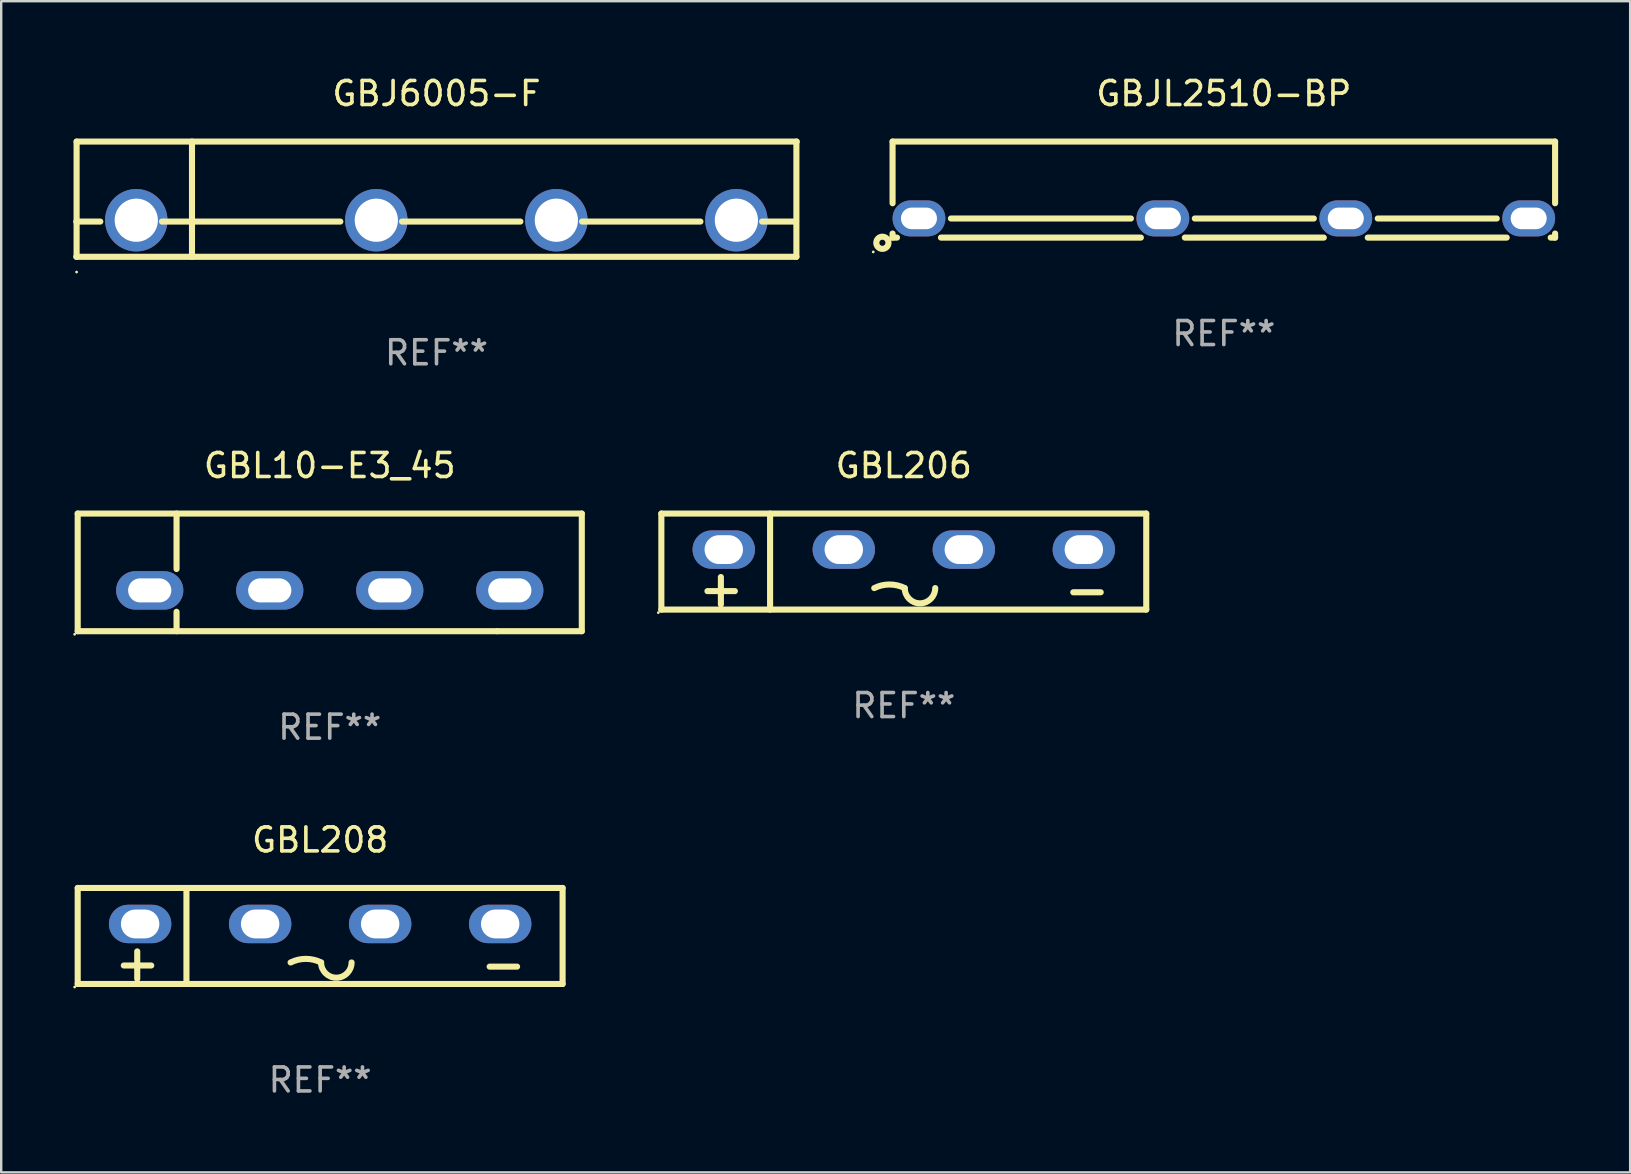
<source format=kicad_pcb>
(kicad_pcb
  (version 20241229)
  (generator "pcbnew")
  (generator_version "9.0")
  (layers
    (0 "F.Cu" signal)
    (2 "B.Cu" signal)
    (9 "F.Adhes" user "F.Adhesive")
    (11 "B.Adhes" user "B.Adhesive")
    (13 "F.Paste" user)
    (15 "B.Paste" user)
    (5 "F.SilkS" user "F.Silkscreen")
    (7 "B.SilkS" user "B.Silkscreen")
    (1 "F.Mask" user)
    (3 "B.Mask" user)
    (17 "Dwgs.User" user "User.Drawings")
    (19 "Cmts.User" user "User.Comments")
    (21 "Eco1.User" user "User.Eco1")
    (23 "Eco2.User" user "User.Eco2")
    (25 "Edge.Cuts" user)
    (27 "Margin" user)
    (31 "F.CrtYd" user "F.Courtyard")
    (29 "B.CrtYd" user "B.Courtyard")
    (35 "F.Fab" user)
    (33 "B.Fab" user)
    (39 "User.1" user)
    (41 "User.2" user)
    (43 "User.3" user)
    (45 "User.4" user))
  (footprint "GBJ6005-F"
    (layer "F.Cu")
    (at 15.134 5.248)
    (property "Reference" "GBJ6005-F" (at 0 -4.4 0) (layer "F.SilkS") (effects (font (size 1 1) (thickness 0.15))))
    (attr through_hole)
    (fp_line (start -15.007 0.932) (end -14.006 0.932) (stroke (width 0.254) (type solid)) (layer "F.SilkS"))
    (fp_line (start -15.007 2.4) (end 14.993 2.4) (stroke (width 0.254) (type solid)) (layer "F.SilkS"))
    (fp_line (start -14.993 -2.4) (end -14.993 2.4) (stroke (width 0.254) (type solid)) (layer "F.SilkS"))
    (fp_line (start -14.993 -2.4) (end 15.007 -2.4) (stroke (width 0.254) (type solid)) (layer "F.SilkS"))
    (fp_line (start -11.436 0.932) (end -4.006 0.932) (stroke (width 0.254) (type solid)) (layer "F.SilkS"))
    (fp_line (start -10.186 -2.4) (end -10.186 2.4) (stroke (width 0.254) (type solid)) (layer "F.SilkS"))
    (fp_line (start -1.436 0.932) (end 3.494 0.932) (stroke (width 0.254) (type solid)) (layer "F.SilkS"))
    (fp_line (start 6.064 0.932) (end 10.994 0.932) (stroke (width 0.254) (type solid)) (layer "F.SilkS"))
    (fp_line (start 13.564 0.932) (end 14.979 0.932) (stroke (width 0.254) (type solid)) (layer "F.SilkS"))
    (fp_line (start 14.993 -2.4) (end 14.993 2.4) (stroke (width 0.254) (type solid)) (layer "F.SilkS"))
    (fp_circle (center -14.993 3.035) (end -14.963 3.035) (stroke (width 0.06) (type solid)) (fill no) (layer "F.SilkS"))
    (fp_text user "-" (at 11.169 -0.648 0) (layer "B.Mask") (effects (font (size 1 1) (thickness 0.15))))
    (fp_text user "&#126;" (at 3.931 -0.574 0) (layer "B.Mask") (effects (font (size 1 1) (thickness 0.15))))
    (fp_text user "&#126;" (at -3.308 -0.701 0) (layer "B.Mask") (effects (font (size 1 1) (thickness 0.15))))
    (fp_text user "+" (at -13.468 -0.656 0) (layer "B.Mask") (effects (font (size 1 1) (thickness 0.15))))
    (fp_text user "REF**" (at 0 6.4 0) (layer "F.Fab") (effects (font (size 1 1) (thickness 0.15))))
    (pad "1" thru_hole circle (at -12.507 0.876) (size 2.6 2.6) (drill 1.8) (layers "*.Cu" "*.Mask"))
    (pad "2" thru_hole circle (at -2.507 0.876) (size 2.6 2.6) (drill 1.8) (layers "*.Cu" "*.Mask"))
    (pad "3" thru_hole circle (at 4.993 0.876) (size 2.6 2.6) (drill 1.8) (layers "*.Cu" "*.Mask"))
    (pad "4" thru_hole circle (at 12.493 0.876) (size 2.6 2.6) (drill 1.8) (layers "*.Cu" "*.Mask")))
  (footprint "GBJL2510-BP"
    (layer "F.Cu")
    (at 47.933 4.848)
    (property "Reference" "GBJL2510-BP" (at 0 -4 0) (layer "F.SilkS") (effects (font (size 1 1) (thickness 0.15))))
    (attr through_hole)
    (fp_line (start -13.8 -2) (end -13.8 0.569) (stroke (width 0.254) (type solid)) (layer "F.SilkS"))
    (fp_line (start -13.8 -2) (end 13.8 -2) (stroke (width 0.254) (type solid)) (layer "F.SilkS"))
    (fp_line (start -13.8 1.831) (end -13.8 2) (stroke (width 0.254) (type solid)) (layer "F.SilkS"))
    (fp_line (start -13.616 2) (end -13.8 2) (stroke (width 0.254) (type solid)) (layer "F.SilkS"))
    (fp_line (start -11.369 1.204) (end -3.871 1.204) (stroke (width 0.254) (type solid)) (layer "F.SilkS"))
    (fp_line (start -3.456 2) (end -11.784 2) (stroke (width 0.254) (type solid)) (layer "F.SilkS"))
    (fp_line (start -1.209 1.204) (end 3.749 1.204) (stroke (width 0.254) (type solid)) (layer "F.SilkS"))
    (fp_line (start 4.164 2) (end -1.624 2) (stroke (width 0.254) (type solid)) (layer "F.SilkS"))
    (fp_line (start 6.411 1.204) (end 11.369 1.204) (stroke (width 0.254) (type solid)) (layer "F.SilkS"))
    (fp_line (start 11.784 2) (end 5.996 2) (stroke (width 0.254) (type solid)) (layer "F.SilkS"))
    (fp_line (start 13.8 -2) (end 13.8 0.569) (stroke (width 0.254) (type solid)) (layer "F.SilkS"))
    (fp_line (start 13.8 1.831) (end 13.8 2) (stroke (width 0.254) (type solid)) (layer "F.SilkS"))
    (fp_line (start 13.8 2) (end 13.616 2) (stroke (width 0.254) (type solid)) (layer "F.SilkS"))
    (fp_circle (center -14.605 2.597) (end -14.575 2.597) (stroke (width 0.06) (type solid)) (fill no) (layer "F.SilkS"))
    (fp_circle (center -14.224 2.216) (end -13.97 2.216) (stroke (width 0.254) (type solid)) (fill no) (layer "F.SilkS"))
    (fp_text user "+" (at -13.462 -0.763 0) (layer "B.Mask") (effects (font (size 1 1) (thickness 0.15))))
    (fp_text user "AC" (at -0.508 -0.233 0) (layer "B.Mask") (effects (font (size 1 1) (thickness 0.15))))
    (fp_text user "-" (at 11.684 -0.578 0) (layer "B.Mask") (effects (font (size 1 1) (thickness 0.15))))
    (fp_text user "REF**" (at 0 6 0) (layer "F.Fab") (effects (font (size 1 1) (thickness 0.15))))
    (pad "1" thru_hole oval (at -12.7 1.2) (size 2.2 1.5) (drill oval 1.5 0.9) (layers "*.Cu" "*.Mask"))
    (pad "2" thru_hole oval (at -2.54 1.2) (size 2.2 1.5) (drill oval 1.5 0.9) (layers "*.Cu" "*.Mask"))
    (pad "3" thru_hole oval (at 5.08 1.2) (size 2.2 1.5) (drill oval 1.5 0.9) (layers "*.Cu" "*.Mask"))
    (pad "4" thru_hole oval (at 12.7 1.2) (size 2.2 1.5) (drill oval 1.5 0.9) (layers "*.Cu" "*.Mask")))
  (footprint "GBL10-E3_45"
    (layer "F.Cu")
    (at 10.687 20.795)
    (property "Reference" "GBL10-E3_45" (at 0 -4.45 0) (layer "F.SilkS") (effects (font (size 1 1) (thickness 0.15))))
    (attr through_hole)
    (fp_line (start -10.5 -2.45) (end -10.5 2.45) (stroke (width 0.254) (type solid)) (layer "F.SilkS"))
    (fp_line (start -10.5 -2.45) (end 10.5 -2.45) (stroke (width 0.254) (type solid)) (layer "F.SilkS"))
    (fp_line (start -10.5 2.45) (end 6.985 2.45) (stroke (width 0.254) (type solid)) (layer "F.SilkS"))
    (fp_line (start -6.382 -2.45) (end -6.382 -0.141) (stroke (width 0.254) (type solid)) (layer "F.SilkS"))
    (fp_line (start -6.382 1.641) (end -6.382 2.45) (stroke (width 0.254) (type solid)) (layer "F.SilkS"))
    (fp_line (start 6.985 2.45) (end 10.5 2.45) (stroke (width 0.254) (type solid)) (layer "F.SilkS"))
    (fp_line (start 10.5 -2.45) (end 10.5 2.45) (stroke (width 0.254) (type solid)) (layer "F.SilkS"))
    (fp_circle (center -10.627 2.577) (end -10.597 2.577) (stroke (width 0.06) (type solid)) (fill no) (layer "F.SilkS"))
    (fp_text user "+" (at -9.145 -0.274 0) (layer "B.Mask") (effects (font (size 1 1) (thickness 0.15))))
    (fp_text user "&#126;" (at -3.303 -0.319 0) (layer "B.Mask") (effects (font (size 1 1) (thickness 0.15))))
    (fp_text user "&#126;" (at 1.523 -0.192 0) (layer "B.Mask") (effects (font (size 1 1) (thickness 0.15))))
    (fp_text user "-" (at 6.731 -0.266 0) (layer "B.Mask") (effects (font (size 1 1) (thickness 0.15))))
    (fp_text user "REF**" (at 0 6.45 0) (layer "F.Fab") (effects (font (size 1 1) (thickness 0.15))))
    (pad "1" thru_hole oval (at -7.5 0.75) (size 2.8 1.6) (drill oval 1.8 1) (layers "*.Cu" "*.Mask"))
    (pad "2" thru_hole oval (at -2.5 0.75) (size 2.8 1.6) (drill oval 1.8 1) (layers "*.Cu" "*.Mask"))
    (pad "3" thru_hole oval (at 2.5 0.75) (size 2.8 1.6) (drill oval 1.8 1) (layers "*.Cu" "*.Mask"))
    (pad "4" thru_hole oval (at 7.5 0.75) (size 2.8 1.6) (drill oval 1.8 1) (layers "*.Cu" "*.Mask")))
  (footprint "GBL206"
    (layer "F.Cu")
    (at 34.601 20.345)
    (property "Reference" "GBL206" (at 0 -4 0) (layer "F.SilkS") (effects (font (size 1 1) (thickness 0.15))))
    (attr through_hole)
    (fp_line (start -10.1 -2) (end -10.1 2) (stroke (width 0.254) (type solid)) (layer "F.SilkS"))
    (fp_line (start -10.1 -2) (end 10.1 -2) (stroke (width 0.254) (type solid)) (layer "F.SilkS"))
    (fp_line (start -10.1 2) (end 10.1 2) (stroke (width 0.254) (type solid)) (layer "F.SilkS"))
    (fp_line (start -7.62 1.786) (end -7.62 0.643) (stroke (width 0.254) (type solid)) (layer "F.SilkS"))
    (fp_line (start -7.037 1.23) (end -8.18 1.23) (stroke (width 0.254) (type solid)) (layer "F.SilkS"))
    (fp_line (start -5.57 -2) (end -5.57 2) (stroke (width 0.254) (type solid)) (layer "F.SilkS"))
    (fp_line (start 8.203 1.278) (end 7.06 1.278) (stroke (width 0.254) (type solid)) (layer "F.SilkS"))
    (fp_line (start 10.1 -2) (end 10.1 2) (stroke (width 0.254) (type solid)) (layer "F.SilkS"))
    (fp_arc (start -1.230963 1.103861) (mid -0.595962 0.953957) (end 0.039039 1.10386) (stroke (width 0.254001) (type solid)) (layer "F.SilkS"))
    (fp_arc (start 1.309042 1.103861) (mid 0.674041 1.738862) (end 0.03904 1.103861) (stroke (width 0.254001) (type solid)) (layer "F.SilkS"))
    (fp_circle (center -10.227 2.127) (end -10.197 2.127) (stroke (width 0.06) (type solid)) (fill no) (layer "F.SilkS"))
    (fp_text user "REF**" (at 0 6 0) (layer "F.Fab") (effects (font (size 1 1) (thickness 0.15))))
    (pad "1" thru_hole oval (at -7.5 -0.5 90) (size 1.6 2.6) (drill oval 1.2 1.6) (layers "*.Cu" "*.Mask"))
    (pad "2" thru_hole oval (at -2.5 -0.5 90) (size 1.6 2.6) (drill oval 1.2 1.6) (layers "*.Cu" "*.Mask"))
    (pad "3" thru_hole oval (at 2.5 -0.5 90) (size 1.6 2.6) (drill oval 1.2 1.6) (layers "*.Cu" "*.Mask"))
    (pad "4" thru_hole oval (at 7.5 -0.5 90) (size 1.6 2.6) (drill oval 1.2 1.6) (layers "*.Cu" "*.Mask")))
  (footprint "GBL208"
    (layer "F.Cu")
    (at 10.287 35.941)
    (property "Reference" "GBL208" (at 0 -4 0) (layer "F.SilkS") (effects (font (size 1 1) (thickness 0.15))))
    (attr through_hole)
    (fp_line (start -10.1 -2) (end -10.1 2) (stroke (width 0.254) (type solid)) (layer "F.SilkS"))
    (fp_line (start -10.1 -2) (end 10.1 -2) (stroke (width 0.254) (type solid)) (layer "F.SilkS"))
    (fp_line (start -10.1 2) (end 10.1 2) (stroke (width 0.254) (type solid)) (layer "F.SilkS"))
    (fp_line (start -7.62 1.786) (end -7.62 0.643) (stroke (width 0.254) (type solid)) (layer "F.SilkS"))
    (fp_line (start -7.037 1.23) (end -8.18 1.23) (stroke (width 0.254) (type solid)) (layer "F.SilkS"))
    (fp_line (start -5.57 -2) (end -5.57 2) (stroke (width 0.254) (type solid)) (layer "F.SilkS"))
    (fp_line (start 8.203 1.278) (end 7.06 1.278) (stroke (width 0.254) (type solid)) (layer "F.SilkS"))
    (fp_line (start 10.1 -2) (end 10.1 2) (stroke (width 0.254) (type solid)) (layer "F.SilkS"))
    (fp_arc (start -1.230963 1.103861) (mid -0.595962 0.953957) (end 0.039039 1.10386) (stroke (width 0.254001) (type solid)) (layer "F.SilkS"))
    (fp_arc (start 1.309042 1.103861) (mid 0.674041 1.738862) (end 0.03904 1.103861) (stroke (width 0.254001) (type solid)) (layer "F.SilkS"))
    (fp_circle (center -10.227 2.127) (end -10.197 2.127) (stroke (width 0.06) (type solid)) (fill no) (layer "F.SilkS"))
    (fp_text user "REF**" (at 0 6 0) (layer "F.Fab") (effects (font (size 1 1) (thickness 0.15))))
    (pad "1" thru_hole oval (at -7.5 -0.5 90) (size 1.6 2.6) (drill oval 1.2 1.6) (layers "*.Cu" "*.Mask"))
    (pad "2" thru_hole oval (at -2.5 -0.5 90) (size 1.6 2.6) (drill oval 1.2 1.6) (layers "*.Cu" "*.Mask"))
    (pad "3" thru_hole oval (at 2.5 -0.5 90) (size 1.6 2.6) (drill oval 1.2 1.6) (layers "*.Cu" "*.Mask"))
    (pad "4" thru_hole oval (at 7.5 -0.5 90) (size 1.6 2.6) (drill oval 1.2 1.6) (layers "*.Cu" "*.Mask")))
  (gr_rect
    (start -3 -3)
    (end 64.86 45.789)
    (stroke (width 0.1) (type default))
    (fill no)
    (layer "Edge.Cuts")))
</source>
